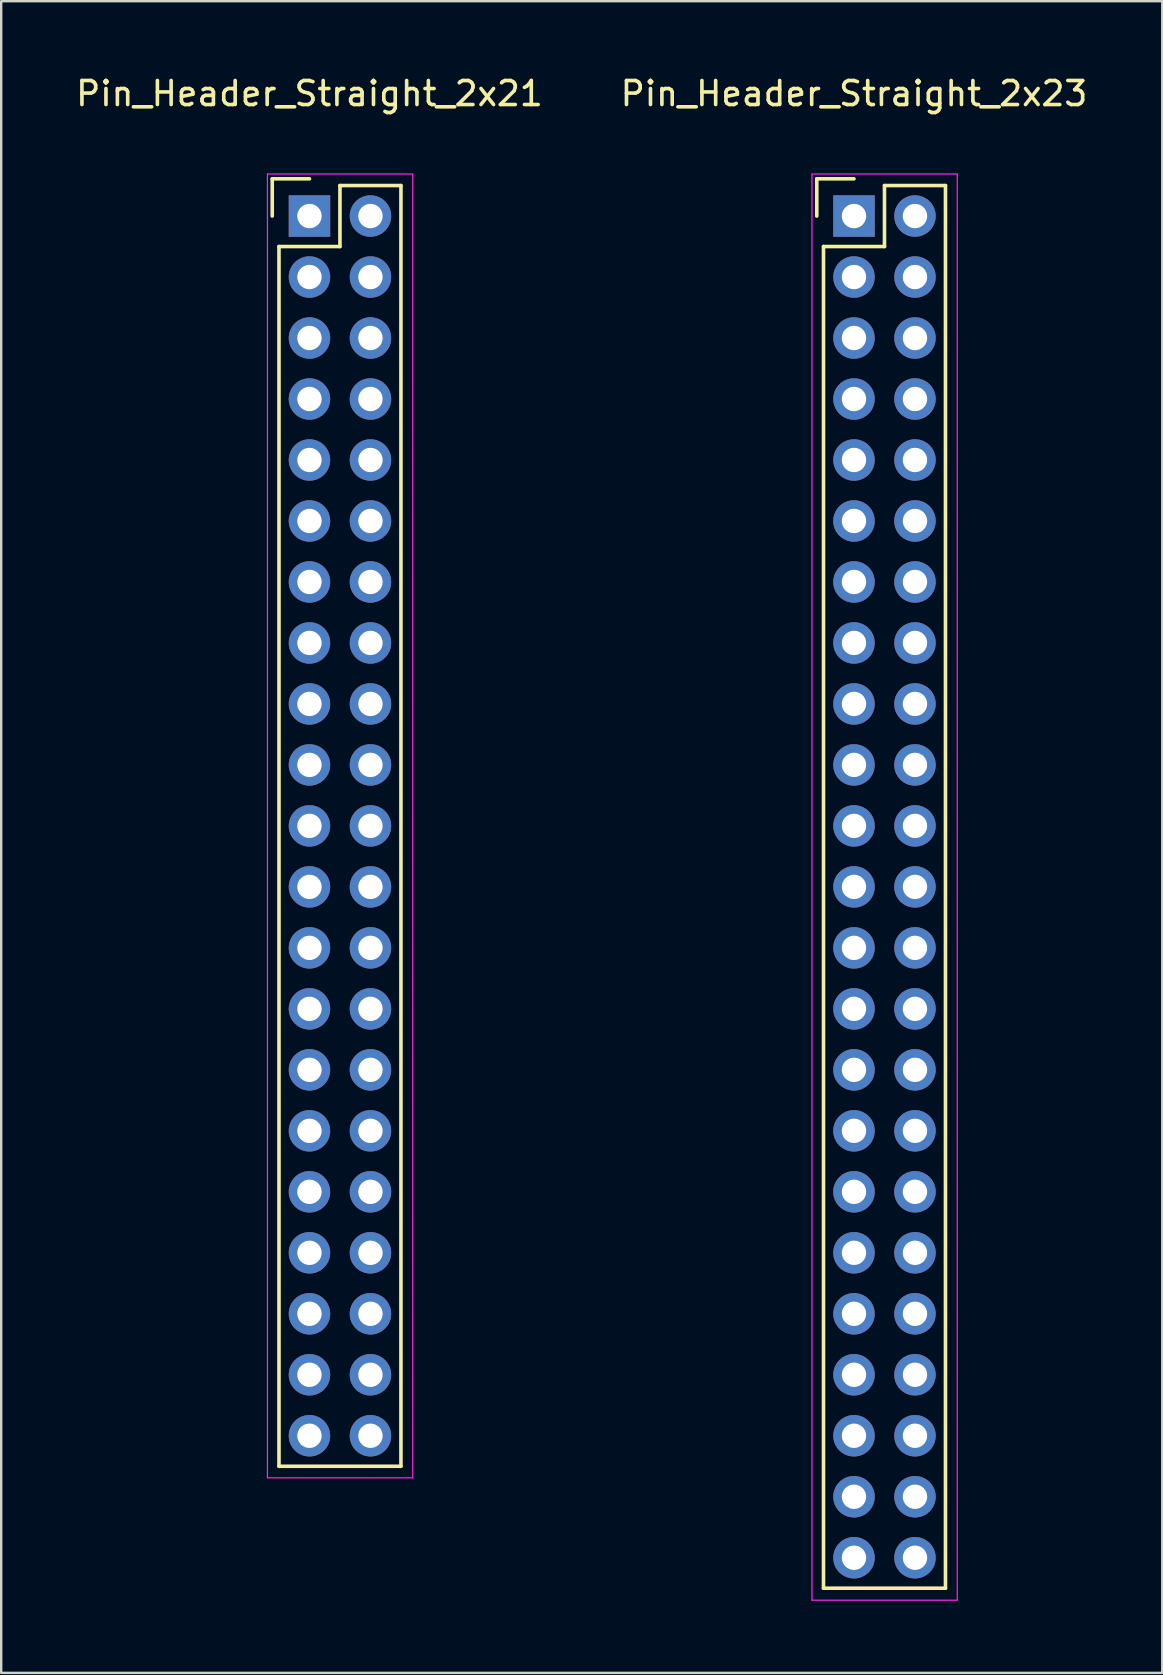
<source format=kicad_pcb>
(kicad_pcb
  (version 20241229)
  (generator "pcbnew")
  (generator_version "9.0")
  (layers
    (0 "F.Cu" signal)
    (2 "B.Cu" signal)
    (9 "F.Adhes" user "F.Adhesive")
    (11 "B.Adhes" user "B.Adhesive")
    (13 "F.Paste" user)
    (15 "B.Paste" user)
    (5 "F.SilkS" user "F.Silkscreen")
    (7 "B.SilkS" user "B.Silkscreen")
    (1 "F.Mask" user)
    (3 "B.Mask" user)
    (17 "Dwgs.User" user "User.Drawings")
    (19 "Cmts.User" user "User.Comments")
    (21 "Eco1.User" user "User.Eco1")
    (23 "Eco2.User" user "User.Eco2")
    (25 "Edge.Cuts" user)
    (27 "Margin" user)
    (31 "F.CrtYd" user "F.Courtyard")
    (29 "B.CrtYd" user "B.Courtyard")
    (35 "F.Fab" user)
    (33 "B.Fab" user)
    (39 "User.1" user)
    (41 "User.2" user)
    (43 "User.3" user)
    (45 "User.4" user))
  (footprint "Pin_Header_Straight_2x23"
    (layer "F.Cu")
    (at 32.518 5.948)
    (property "Reference" "Pin_Header_Straight_2x23" (at 0 -5.1 0) (layer "F.SilkS") (effects (font (size 1 1) (thickness 0.15))))
    (attr through_hole)
    (fp_line (start -1.55 -1.55) (end -1.55 0) (stroke (width 0.15) (type solid)) (layer "F.SilkS"))
    (fp_line (start -1.27 57.15) (end -1.27 1.27) (stroke (width 0.15) (type solid)) (layer "F.SilkS"))
    (fp_line (start 0 -1.55) (end -1.55 -1.55) (stroke (width 0.15) (type solid)) (layer "F.SilkS"))
    (fp_line (start 1.27 -1.27) (end 1.27 1.27) (stroke (width 0.15) (type solid)) (layer "F.SilkS"))
    (fp_line (start 1.27 1.27) (end -1.27 1.27) (stroke (width 0.15) (type solid)) (layer "F.SilkS"))
    (fp_line (start 3.81 -1.27) (end 1.27 -1.27) (stroke (width 0.15) (type solid)) (layer "F.SilkS"))
    (fp_line (start 3.81 57.15) (end -1.27 57.15) (stroke (width 0.15) (type solid)) (layer "F.SilkS"))
    (fp_line (start 3.81 57.15) (end 3.81 -1.27) (stroke (width 0.15) (type solid)) (layer "F.SilkS"))
    (fp_line (start -1.75 -1.75) (end -1.75 57.65) (stroke (width 0.05) (type solid)) (layer "F.CrtYd"))
    (fp_line (start -1.75 -1.75) (end 4.3 -1.75) (stroke (width 0.05) (type solid)) (layer "F.CrtYd"))
    (fp_line (start -1.75 57.65) (end 4.3 57.65) (stroke (width 0.05) (type solid)) (layer "F.CrtYd"))
    (fp_line (start 4.3 -1.75) (end 4.3 57.65) (stroke (width 0.05) (type solid)) (layer "F.CrtYd"))
    (pad "1" thru_hole rect (at 0 0) (size 1.727 1.727) (drill 1.016) (layers "*.Cu" "*.Mask"))
    (pad "2" thru_hole oval (at 2.54 0) (size 1.727 1.727) (drill 1.016) (layers "*.Cu" "*.Mask"))
    (pad "3" thru_hole oval (at 0 2.54) (size 1.727 1.727) (drill 1.016) (layers "*.Cu" "*.Mask"))
    (pad "4" thru_hole oval (at 2.54 2.54) (size 1.727 1.727) (drill 1.016) (layers "*.Cu" "*.Mask"))
    (pad "5" thru_hole oval (at 0 5.08) (size 1.727 1.727) (drill 1.016) (layers "*.Cu" "*.Mask"))
    (pad "6" thru_hole oval (at 2.54 5.08) (size 1.727 1.727) (drill 1.016) (layers "*.Cu" "*.Mask"))
    (pad "7" thru_hole oval (at 0 7.62) (size 1.727 1.727) (drill 1.016) (layers "*.Cu" "*.Mask"))
    (pad "8" thru_hole oval (at 2.54 7.62) (size 1.727 1.727) (drill 1.016) (layers "*.Cu" "*.Mask"))
    (pad "9" thru_hole oval (at 0 10.16) (size 1.727 1.727) (drill 1.016) (layers "*.Cu" "*.Mask"))
    (pad "10" thru_hole oval (at 2.54 10.16) (size 1.727 1.727) (drill 1.016) (layers "*.Cu" "*.Mask"))
    (pad "11" thru_hole oval (at 0 12.7) (size 1.727 1.727) (drill 1.016) (layers "*.Cu" "*.Mask"))
    (pad "12" thru_hole oval (at 2.54 12.7) (size 1.727 1.727) (drill 1.016) (layers "*.Cu" "*.Mask"))
    (pad "13" thru_hole oval (at 0 15.24) (size 1.727 1.727) (drill 1.016) (layers "*.Cu" "*.Mask"))
    (pad "14" thru_hole oval (at 2.54 15.24) (size 1.727 1.727) (drill 1.016) (layers "*.Cu" "*.Mask"))
    (pad "15" thru_hole oval (at 0 17.78) (size 1.727 1.727) (drill 1.016) (layers "*.Cu" "*.Mask"))
    (pad "16" thru_hole oval (at 2.54 17.78) (size 1.727 1.727) (drill 1.016) (layers "*.Cu" "*.Mask"))
    (pad "17" thru_hole oval (at 0 20.32) (size 1.727 1.727) (drill 1.016) (layers "*.Cu" "*.Mask"))
    (pad "18" thru_hole oval (at 2.54 20.32) (size 1.727 1.727) (drill 1.016) (layers "*.Cu" "*.Mask"))
    (pad "19" thru_hole oval (at 0 22.86) (size 1.727 1.727) (drill 1.016) (layers "*.Cu" "*.Mask"))
    (pad "20" thru_hole oval (at 2.54 22.86) (size 1.727 1.727) (drill 1.016) (layers "*.Cu" "*.Mask"))
    (pad "21" thru_hole oval (at 0 25.4) (size 1.727 1.727) (drill 1.016) (layers "*.Cu" "*.Mask"))
    (pad "22" thru_hole oval (at 2.54 25.4) (size 1.727 1.727) (drill 1.016) (layers "*.Cu" "*.Mask"))
    (pad "23" thru_hole oval (at 0 27.94) (size 1.727 1.727) (drill 1.016) (layers "*.Cu" "*.Mask"))
    (pad "24" thru_hole oval (at 2.54 27.94) (size 1.727 1.727) (drill 1.016) (layers "*.Cu" "*.Mask"))
    (pad "25" thru_hole oval (at 0 30.48) (size 1.727 1.727) (drill 1.016) (layers "*.Cu" "*.Mask"))
    (pad "26" thru_hole oval (at 2.54 30.48) (size 1.727 1.727) (drill 1.016) (layers "*.Cu" "*.Mask"))
    (pad "27" thru_hole oval (at 0 33.02) (size 1.727 1.727) (drill 1.016) (layers "*.Cu" "*.Mask"))
    (pad "28" thru_hole oval (at 2.54 33.02) (size 1.727 1.727) (drill 1.016) (layers "*.Cu" "*.Mask"))
    (pad "29" thru_hole oval (at 0 35.56) (size 1.727 1.727) (drill 1.016) (layers "*.Cu" "*.Mask"))
    (pad "30" thru_hole oval (at 2.54 35.56) (size 1.727 1.727) (drill 1.016) (layers "*.Cu" "*.Mask"))
    (pad "31" thru_hole oval (at 0 38.1) (size 1.727 1.727) (drill 1.016) (layers "*.Cu" "*.Mask"))
    (pad "32" thru_hole oval (at 2.54 38.1) (size 1.727 1.727) (drill 1.016) (layers "*.Cu" "*.Mask"))
    (pad "33" thru_hole oval (at 0 40.64) (size 1.727 1.727) (drill 1.016) (layers "*.Cu" "*.Mask"))
    (pad "34" thru_hole oval (at 2.54 40.64) (size 1.727 1.727) (drill 1.016) (layers "*.Cu" "*.Mask"))
    (pad "35" thru_hole oval (at 0 43.18) (size 1.727 1.727) (drill 1.016) (layers "*.Cu" "*.Mask"))
    (pad "36" thru_hole oval (at 2.54 43.18) (size 1.727 1.727) (drill 1.016) (layers "*.Cu" "*.Mask"))
    (pad "37" thru_hole oval (at 0 45.72) (size 1.727 1.727) (drill 1.016) (layers "*.Cu" "*.Mask"))
    (pad "38" thru_hole oval (at 2.54 45.72) (size 1.727 1.727) (drill 1.016) (layers "*.Cu" "*.Mask"))
    (pad "39" thru_hole oval (at 0 48.26) (size 1.727 1.727) (drill 1.016) (layers "*.Cu" "*.Mask"))
    (pad "40" thru_hole oval (at 2.54 48.26) (size 1.727 1.727) (drill 1.016) (layers "*.Cu" "*.Mask"))
    (pad "41" thru_hole oval (at 0 50.8) (size 1.727 1.727) (drill 1.016) (layers "*.Cu" "*.Mask"))
    (pad "42" thru_hole oval (at 2.54 50.8) (size 1.727 1.727) (drill 1.016) (layers "*.Cu" "*.Mask"))
    (pad "43" thru_hole oval (at 0 53.34) (size 1.727 1.727) (drill 1.016) (layers "*.Cu" "*.Mask"))
    (pad "44" thru_hole oval (at 2.54 53.34) (size 1.727 1.727) (drill 1.016) (layers "*.Cu" "*.Mask"))
    (pad "45" thru_hole oval (at 0 55.88) (size 1.727 1.727) (drill 1.016) (layers "*.Cu" "*.Mask"))
    (pad "46" thru_hole oval (at 2.54 55.88) (size 1.727 1.727) (drill 1.016) (layers "*.Cu" "*.Mask")))
  (footprint "Pin_Header_Straight_2x21"
    (layer "F.Cu")
    (at 9.839 5.948)
    (property "Reference" "Pin_Header_Straight_2x21" (at 0 -5.1 0) (layer "F.SilkS") (effects (font (size 1 1) (thickness 0.15))))
    (attr through_hole)
    (fp_line (start -1.55 -1.55) (end -1.55 0) (stroke (width 0.15) (type solid)) (layer "F.SilkS"))
    (fp_line (start -1.27 1.27) (end -1.27 52.07) (stroke (width 0.15) (type solid)) (layer "F.SilkS"))
    (fp_line (start 0 -1.55) (end -1.55 -1.55) (stroke (width 0.15) (type solid)) (layer "F.SilkS"))
    (fp_line (start 1.27 -1.27) (end 1.27 1.27) (stroke (width 0.15) (type solid)) (layer "F.SilkS"))
    (fp_line (start 1.27 1.27) (end -1.27 1.27) (stroke (width 0.15) (type solid)) (layer "F.SilkS"))
    (fp_line (start 3.81 -1.27) (end 1.27 -1.27) (stroke (width 0.15) (type solid)) (layer "F.SilkS"))
    (fp_line (start 3.81 52.07) (end -1.27 52.07) (stroke (width 0.15) (type solid)) (layer "F.SilkS"))
    (fp_line (start 3.81 52.07) (end 3.81 -1.27) (stroke (width 0.15) (type solid)) (layer "F.SilkS"))
    (fp_line (start -1.75 -1.75) (end -1.75 52.55) (stroke (width 0.05) (type solid)) (layer "F.CrtYd"))
    (fp_line (start -1.75 -1.75) (end 4.3 -1.75) (stroke (width 0.05) (type solid)) (layer "F.CrtYd"))
    (fp_line (start -1.75 52.55) (end 4.3 52.55) (stroke (width 0.05) (type solid)) (layer "F.CrtYd"))
    (fp_line (start 4.3 -1.75) (end 4.3 52.55) (stroke (width 0.05) (type solid)) (layer "F.CrtYd"))
    (pad "1" thru_hole rect (at 0 0) (size 1.727 1.727) (drill 1.016) (layers "*.Cu" "*.Mask"))
    (pad "2" thru_hole oval (at 2.54 0) (size 1.727 1.727) (drill 1.016) (layers "*.Cu" "*.Mask"))
    (pad "3" thru_hole oval (at 0 2.54) (size 1.727 1.727) (drill 1.016) (layers "*.Cu" "*.Mask"))
    (pad "4" thru_hole oval (at 2.54 2.54) (size 1.727 1.727) (drill 1.016) (layers "*.Cu" "*.Mask"))
    (pad "5" thru_hole oval (at 0 5.08) (size 1.727 1.727) (drill 1.016) (layers "*.Cu" "*.Mask"))
    (pad "6" thru_hole oval (at 2.54 5.08) (size 1.727 1.727) (drill 1.016) (layers "*.Cu" "*.Mask"))
    (pad "7" thru_hole oval (at 0 7.62) (size 1.727 1.727) (drill 1.016) (layers "*.Cu" "*.Mask"))
    (pad "8" thru_hole oval (at 2.54 7.62) (size 1.727 1.727) (drill 1.016) (layers "*.Cu" "*.Mask"))
    (pad "9" thru_hole oval (at 0 10.16) (size 1.727 1.727) (drill 1.016) (layers "*.Cu" "*.Mask"))
    (pad "10" thru_hole oval (at 2.54 10.16) (size 1.727 1.727) (drill 1.016) (layers "*.Cu" "*.Mask"))
    (pad "11" thru_hole oval (at 0 12.7) (size 1.727 1.727) (drill 1.016) (layers "*.Cu" "*.Mask"))
    (pad "12" thru_hole oval (at 2.54 12.7) (size 1.727 1.727) (drill 1.016) (layers "*.Cu" "*.Mask"))
    (pad "13" thru_hole oval (at 0 15.24) (size 1.727 1.727) (drill 1.016) (layers "*.Cu" "*.Mask"))
    (pad "14" thru_hole oval (at 2.54 15.24) (size 1.727 1.727) (drill 1.016) (layers "*.Cu" "*.Mask"))
    (pad "15" thru_hole oval (at 0 17.78) (size 1.727 1.727) (drill 1.016) (layers "*.Cu" "*.Mask"))
    (pad "16" thru_hole oval (at 2.54 17.78) (size 1.727 1.727) (drill 1.016) (layers "*.Cu" "*.Mask"))
    (pad "17" thru_hole oval (at 0 20.32) (size 1.727 1.727) (drill 1.016) (layers "*.Cu" "*.Mask"))
    (pad "18" thru_hole oval (at 2.54 20.32) (size 1.727 1.727) (drill 1.016) (layers "*.Cu" "*.Mask"))
    (pad "19" thru_hole oval (at 0 22.86) (size 1.727 1.727) (drill 1.016) (layers "*.Cu" "*.Mask"))
    (pad "20" thru_hole oval (at 2.54 22.86) (size 1.727 1.727) (drill 1.016) (layers "*.Cu" "*.Mask"))
    (pad "21" thru_hole oval (at 0 25.4) (size 1.727 1.727) (drill 1.016) (layers "*.Cu" "*.Mask"))
    (pad "22" thru_hole oval (at 2.54 25.4) (size 1.727 1.727) (drill 1.016) (layers "*.Cu" "*.Mask"))
    (pad "23" thru_hole oval (at 0 27.94) (size 1.727 1.727) (drill 1.016) (layers "*.Cu" "*.Mask"))
    (pad "24" thru_hole oval (at 2.54 27.94) (size 1.727 1.727) (drill 1.016) (layers "*.Cu" "*.Mask"))
    (pad "25" thru_hole oval (at 0 30.48) (size 1.727 1.727) (drill 1.016) (layers "*.Cu" "*.Mask"))
    (pad "26" thru_hole oval (at 2.54 30.48) (size 1.727 1.727) (drill 1.016) (layers "*.Cu" "*.Mask"))
    (pad "27" thru_hole oval (at 0 33.02) (size 1.727 1.727) (drill 1.016) (layers "*.Cu" "*.Mask"))
    (pad "28" thru_hole oval (at 2.54 33.02) (size 1.727 1.727) (drill 1.016) (layers "*.Cu" "*.Mask"))
    (pad "29" thru_hole oval (at 0 35.56) (size 1.727 1.727) (drill 1.016) (layers "*.Cu" "*.Mask"))
    (pad "30" thru_hole oval (at 2.54 35.56) (size 1.727 1.727) (drill 1.016) (layers "*.Cu" "*.Mask"))
    (pad "31" thru_hole oval (at 0 38.1) (size 1.727 1.727) (drill 1.016) (layers "*.Cu" "*.Mask"))
    (pad "32" thru_hole oval (at 2.54 38.1) (size 1.727 1.727) (drill 1.016) (layers "*.Cu" "*.Mask"))
    (pad "33" thru_hole oval (at 0 40.64) (size 1.727 1.727) (drill 1.016) (layers "*.Cu" "*.Mask"))
    (pad "34" thru_hole oval (at 2.54 40.64) (size 1.727 1.727) (drill 1.016) (layers "*.Cu" "*.Mask"))
    (pad "35" thru_hole oval (at 0 43.18) (size 1.727 1.727) (drill 1.016) (layers "*.Cu" "*.Mask"))
    (pad "36" thru_hole oval (at 2.54 43.18) (size 1.727 1.727) (drill 1.016) (layers "*.Cu" "*.Mask"))
    (pad "37" thru_hole oval (at 0 45.72) (size 1.727 1.727) (drill 1.016) (layers "*.Cu" "*.Mask"))
    (pad "38" thru_hole oval (at 2.54 45.72) (size 1.727 1.727) (drill 1.016) (layers "*.Cu" "*.Mask"))
    (pad "39" thru_hole oval (at 0 48.26) (size 1.727 1.727) (drill 1.016) (layers "*.Cu" "*.Mask"))
    (pad "40" thru_hole oval (at 2.54 48.26) (size 1.727 1.727) (drill 1.016) (layers "*.Cu" "*.Mask"))
    (pad "41" thru_hole oval (at 0 50.8) (size 1.727 1.727) (drill 1.016) (layers "*.Cu" "*.Mask"))
    (pad "42" thru_hole oval (at 2.54 50.8) (size 1.727 1.727) (drill 1.016) (layers "*.Cu" "*.Mask")))
  (gr_rect
    (start -3 -3)
    (end 45.357 66.623)
    (stroke (width 0.1) (type default))
    (fill no)
    (layer "Edge.Cuts")))
</source>
